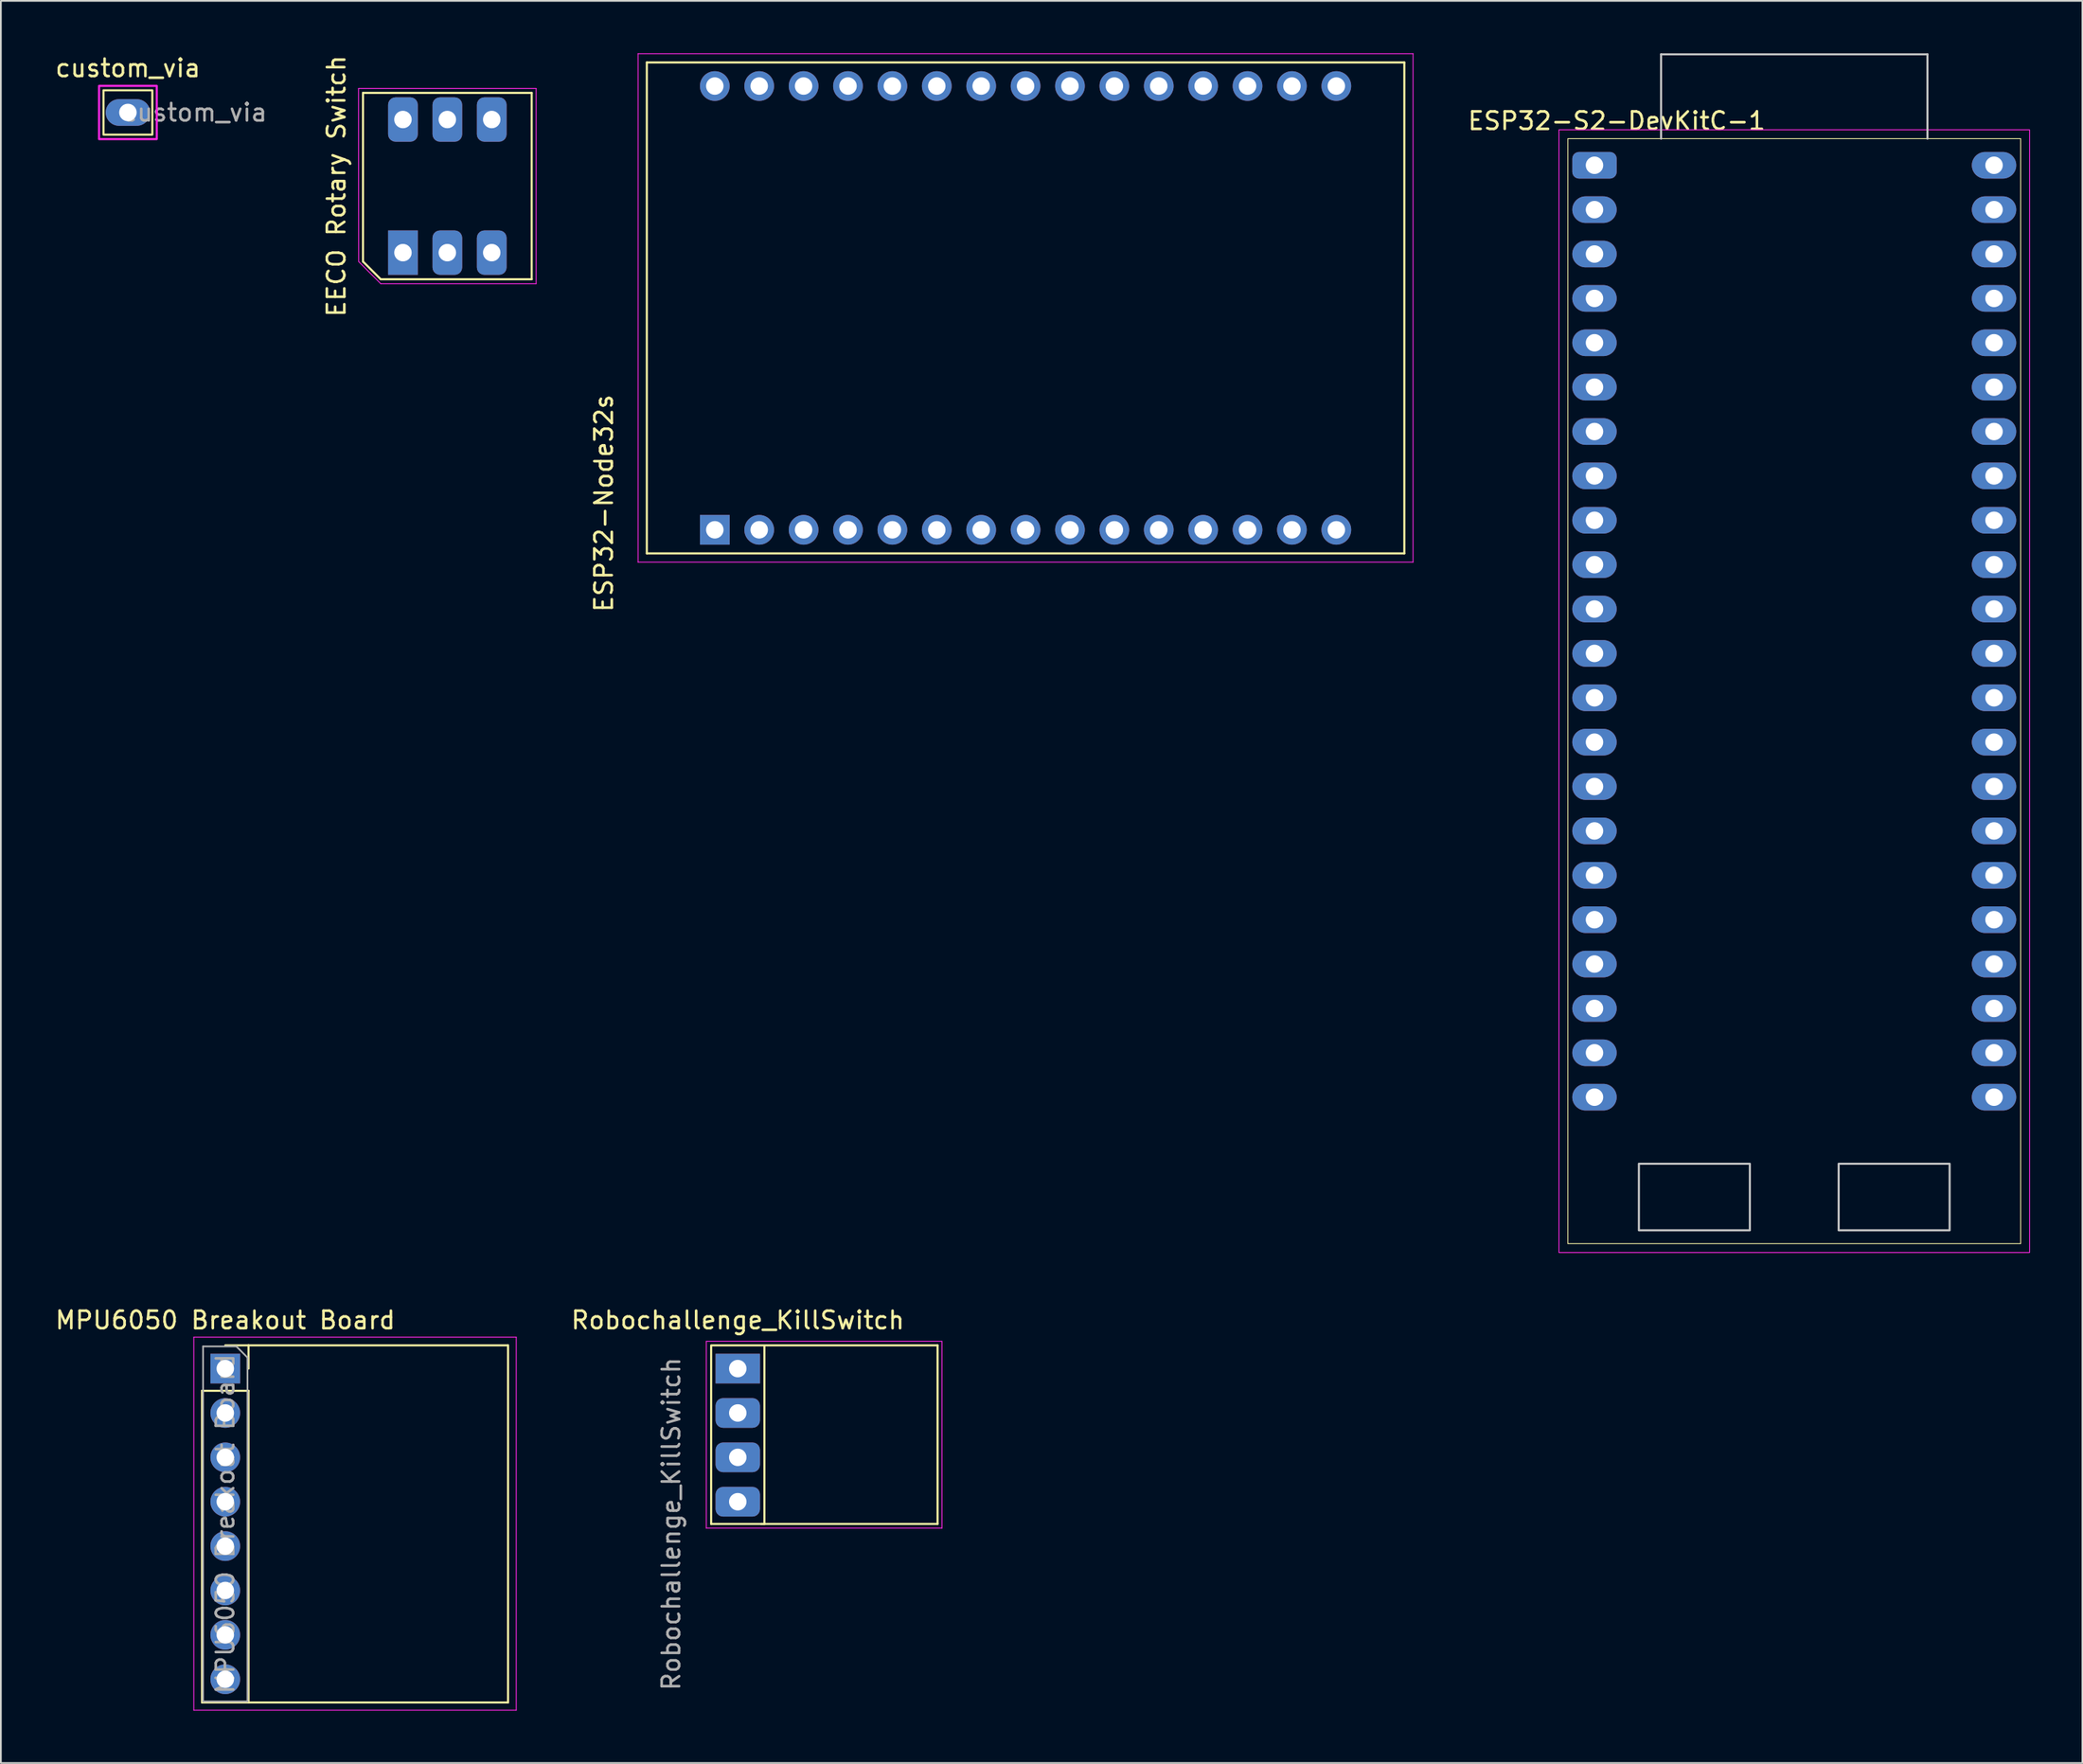
<source format=kicad_pcb>
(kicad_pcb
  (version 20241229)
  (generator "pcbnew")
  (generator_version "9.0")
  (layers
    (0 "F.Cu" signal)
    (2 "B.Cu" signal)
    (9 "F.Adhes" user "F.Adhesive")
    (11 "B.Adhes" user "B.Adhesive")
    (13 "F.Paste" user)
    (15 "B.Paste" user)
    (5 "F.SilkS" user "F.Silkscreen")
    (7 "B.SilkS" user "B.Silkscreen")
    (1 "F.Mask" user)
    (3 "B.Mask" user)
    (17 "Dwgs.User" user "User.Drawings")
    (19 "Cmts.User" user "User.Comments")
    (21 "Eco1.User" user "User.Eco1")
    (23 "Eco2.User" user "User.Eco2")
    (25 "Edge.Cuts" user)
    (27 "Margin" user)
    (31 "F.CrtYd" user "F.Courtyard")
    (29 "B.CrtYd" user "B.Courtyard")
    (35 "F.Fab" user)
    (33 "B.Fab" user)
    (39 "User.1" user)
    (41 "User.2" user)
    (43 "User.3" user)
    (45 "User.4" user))
  (footprint "EECO Rotary Switch"
    (layer "F.Cu")
    (at 20.004 11.411)
    (property "Reference" "EECO Rotary Switch" (at -3.81 -3.81 90) (layer "F.SilkS") (effects (font (size 1 1) (thickness 0.15))))
    (fp_line (start -2.286 -9.144) (end 7.366 -9.144) (stroke (width 0.12) (type solid)) (layer "F.SilkS"))
    (fp_line (start -2.286 0.508) (end -2.286 -9.144) (stroke (width 0.12) (type solid)) (layer "F.SilkS"))
    (fp_line (start -1.27 1.524) (end -2.286 0.508) (stroke (width 0.12) (type solid)) (layer "F.SilkS"))
    (fp_line (start -1.27 1.524) (end 7.366 1.524) (stroke (width 0.12) (type solid)) (layer "F.SilkS"))
    (fp_line (start 7.366 -9.144) (end 7.366 1.524) (stroke (width 0.12) (type solid)) (layer "F.SilkS"))
    (fp_line (start -2.54 -9.398) (end 7.62 -9.398) (stroke (width 0.05) (type solid)) (layer "F.CrtYd"))
    (fp_line (start -2.532 0.515) (end -2.54 -9.398) (stroke (width 0.05) (type solid)) (layer "F.CrtYd"))
    (fp_line (start -1.27 1.778) (end -2.532 0.515) (stroke (width 0.05) (type solid)) (layer "F.CrtYd"))
    (fp_line (start -1.27 1.778) (end 7.62 1.778) (stroke (width 0.05) (type solid)) (layer "F.CrtYd"))
    (fp_line (start 7.62 1.778) (end 7.62 -9.398) (stroke (width 0.05) (type solid)) (layer "F.CrtYd"))
    (pad "1" thru_hole rect (at 0 0) (size 1.7 2.54) (drill 1) (layers "*.Cu" "*.Mask"))
    (pad "2" thru_hole roundrect (at 2.54 0) (size 1.7 2.54) (drill 1) (layers "*.Cu" "*.Mask") (roundrect_rratio 0.25))
    (pad "3" thru_hole roundrect (at 5.08 0) (size 1.7 2.54) (drill 1) (layers "*.Cu" "*.Mask") (roundrect_rratio 0.25))
    (pad "4" thru_hole roundrect (at 5.08 -7.62) (size 1.7 2.54) (drill 1) (layers "*.Cu" "*.Mask") (roundrect_rratio 0.25))
    (pad "5" thru_hole roundrect (at 2.54 -7.62) (size 1.7 2.54) (drill 1) (layers "*.Cu" "*.Mask") (roundrect_rratio 0.25))
    (pad "6" thru_hole roundrect (at 0 -7.62) (size 1.7 2.54) (drill 1) (layers "*.Cu" "*.Mask") (roundrect_rratio 0.25)))
  (footprint "ESP32-S2-DevKitC-1"
    (layer "F.Cu")
    (at 86.907 5.14)
    (property "Reference" "ESP32-S2-DevKitC-1" (at 2.54 -1.27 180) (layer "F.SilkS") (effects (font (size 1 1) (thickness 0.15))))
    (attr through_hole)
    (fp_rect (start -0.254 -0.254) (end 25.654 62.994) (stroke (width 0.05) (type solid)) (fill no) (layer "F.SilkS"))
    (fp_line (start 5.08 -5.08) (end 20.32 -5.08) (stroke (width 0.12) (type solid)) (layer "Dwgs.User"))
    (fp_line (start 5.08 -0.254) (end 5.08 -5.08) (stroke (width 0.12) (type solid)) (layer "Dwgs.User"))
    (fp_line (start 20.32 -5.08) (end 20.32 -0.254) (stroke (width 0.12) (type solid)) (layer "Dwgs.User"))
    (fp_rect (start 3.81 58.42) (end 10.16 62.23) (stroke (width 0.12) (type solid)) (fill no) (layer "Dwgs.User"))
    (fp_rect (start 15.24 58.42) (end 21.59 62.23) (stroke (width 0.12) (type solid)) (fill no) (layer "Dwgs.User"))
    (fp_rect (start -0.762 -0.762) (end 26.162 63.502) (stroke (width 0.05) (type solid)) (fill no) (layer "F.CrtYd"))
    (pad "1" thru_hole roundrect (at 1.27 1.27) (size 2.54 1.524) (drill 1) (layers "*.Cu" "*.Mask") (roundrect_rratio 0.25))
    (pad "2" thru_hole oval (at 1.27 3.81) (size 2.54 1.524) (drill 1) (layers "*.Cu" "*.Mask"))
    (pad "3" thru_hole oval (at 1.27 6.35) (size 2.54 1.524) (drill 1) (layers "*.Cu" "*.Mask"))
    (pad "4" thru_hole oval (at 1.27 8.89) (size 2.54 1.524) (drill 1) (layers "*.Cu" "*.Mask"))
    (pad "5" thru_hole oval (at 1.27 11.43) (size 2.54 1.524) (drill 1) (layers "*.Cu" "*.Mask"))
    (pad "6" thru_hole oval (at 1.27 13.97) (size 2.54 1.524) (drill 1) (layers "*.Cu" "*.Mask"))
    (pad "7" thru_hole oval (at 1.27 16.51) (size 2.54 1.524) (drill 1) (layers "*.Cu" "*.Mask"))
    (pad "8" thru_hole oval (at 1.27 19.05) (size 2.54 1.524) (drill 1) (layers "*.Cu" "*.Mask"))
    (pad "9" thru_hole oval (at 1.27 21.59) (size 2.54 1.524) (drill 1) (layers "*.Cu" "*.Mask"))
    (pad "10" thru_hole oval (at 1.27 24.13) (size 2.54 1.524) (drill 1) (layers "*.Cu" "*.Mask"))
    (pad "11" thru_hole oval (at 1.27 26.67) (size 2.54 1.524) (drill 1) (layers "*.Cu" "*.Mask"))
    (pad "12" thru_hole oval (at 1.27 29.21) (size 2.54 1.524) (drill 1) (layers "*.Cu" "*.Mask"))
    (pad "13" thru_hole oval (at 1.27 31.75) (size 2.54 1.524) (drill 1) (layers "*.Cu" "*.Mask"))
    (pad "14" thru_hole oval (at 1.27 34.29) (size 2.54 1.524) (drill 1) (layers "*.Cu" "*.Mask"))
    (pad "15" thru_hole oval (at 1.27 36.83) (size 2.54 1.524) (drill 1) (layers "*.Cu" "*.Mask"))
    (pad "16" thru_hole oval (at 1.27 39.37) (size 2.54 1.524) (drill 1) (layers "*.Cu" "*.Mask"))
    (pad "17" thru_hole oval (at 1.27 41.91) (size 2.54 1.524) (drill 1) (layers "*.Cu" "*.Mask"))
    (pad "18" thru_hole oval (at 1.27 44.45) (size 2.54 1.524) (drill 1) (layers "*.Cu" "*.Mask"))
    (pad "19" thru_hole oval (at 1.27 46.99) (size 2.54 1.524) (drill 1) (layers "*.Cu" "*.Mask"))
    (pad "20" thru_hole oval (at 1.27 49.53) (size 2.54 1.524) (drill 1) (layers "*.Cu" "*.Mask"))
    (pad "21" thru_hole oval (at 1.27 52.07) (size 2.54 1.524) (drill 1) (layers "*.Cu" "*.Mask"))
    (pad "22" thru_hole oval (at 1.27 54.61) (size 2.54 1.524) (drill 1) (layers "*.Cu" "*.Mask"))
    (pad "23" thru_hole oval (at 24.13 1.27) (size 2.54 1.524) (drill 1) (layers "*.Cu" "*.Mask"))
    (pad "24" thru_hole oval (at 24.13 3.81) (size 2.54 1.524) (drill 1) (layers "*.Cu" "*.Mask"))
    (pad "25" thru_hole oval (at 24.13 6.35) (size 2.54 1.524) (drill 1) (layers "*.Cu" "*.Mask"))
    (pad "26" thru_hole oval (at 24.13 8.89) (size 2.54 1.524) (drill 1) (layers "*.Cu" "*.Mask"))
    (pad "27" thru_hole oval (at 24.13 11.43) (size 2.54 1.524) (drill 1) (layers "*.Cu" "*.Mask"))
    (pad "28" thru_hole oval (at 24.13 13.97) (size 2.54 1.524) (drill 1) (layers "*.Cu" "*.Mask"))
    (pad "29" thru_hole oval (at 24.13 16.51) (size 2.54 1.524) (drill 1) (layers "*.Cu" "*.Mask"))
    (pad "30" thru_hole oval (at 24.13 19.05) (size 2.54 1.524) (drill 1) (layers "*.Cu" "*.Mask"))
    (pad "31" thru_hole oval (at 24.13 21.59) (size 2.54 1.524) (drill 1) (layers "*.Cu" "*.Mask"))
    (pad "32" thru_hole oval (at 24.13 24.13) (size 2.54 1.524) (drill 1) (layers "*.Cu" "*.Mask"))
    (pad "33" thru_hole oval (at 24.13 26.67) (size 2.54 1.524) (drill 1) (layers "*.Cu" "*.Mask"))
    (pad "34" thru_hole oval (at 24.13 29.21) (size 2.54 1.524) (drill 1) (layers "*.Cu" "*.Mask"))
    (pad "35" thru_hole oval (at 24.13 31.75) (size 2.54 1.524) (drill 1) (layers "*.Cu" "*.Mask"))
    (pad "36" thru_hole oval (at 24.13 34.29) (size 2.54 1.524) (drill 1) (layers "*.Cu" "*.Mask"))
    (pad "37" thru_hole oval (at 24.13 36.83) (size 2.54 1.524) (drill 1) (layers "*.Cu" "*.Mask"))
    (pad "38" thru_hole oval (at 24.13 39.37) (size 2.54 1.524) (drill 1) (layers "*.Cu" "*.Mask"))
    (pad "39" thru_hole oval (at 24.13 41.91) (size 2.54 1.524) (drill 1) (layers "*.Cu" "*.Mask"))
    (pad "40" thru_hole oval (at 24.13 44.45) (size 2.54 1.524) (drill 1) (layers "*.Cu" "*.Mask"))
    (pad "41" thru_hole oval (at 24.13 46.99) (size 2.54 1.524) (drill 1) (layers "*.Cu" "*.Mask"))
    (pad "42" thru_hole oval (at 24.13 49.53) (size 2.54 1.524) (drill 1) (layers "*.Cu" "*.Mask"))
    (pad "43" thru_hole oval (at 24.13 52.07) (size 2.54 1.524) (drill 1) (layers "*.Cu" "*.Mask"))
    (pad "44" thru_hole oval (at 24.13 54.61) (size 2.54 1.524) (drill 1) (layers "*.Cu" "*.Mask")))
  (footprint "MPU6050 Breakout Board"
    (layer "F.Cu")
    (at 9.839 75.285)
    (property "Reference" "MPU6050 Breakout Board" (at 0 -2.77 0) (layer "F.SilkS") (effects (font (size 1 1) (thickness 0.15))))
    (attr through_hole)
    (fp_line (start -1.33 1.27) (end -1.33 19.11) (stroke (width 0.12) (type solid)) (layer "F.SilkS"))
    (fp_line (start -1.33 1.27) (end 1.33 1.27) (stroke (width 0.12) (type solid)) (layer "F.SilkS"))
    (fp_line (start -1.33 19.11) (end 1.33 19.11) (stroke (width 0.12) (type solid)) (layer "F.SilkS"))
    (fp_line (start 0 -1.33) (end 1.33 -1.33) (stroke (width 0.12) (type solid)) (layer "F.SilkS"))
    (fp_line (start 1.33 -1.33) (end 1.33 0) (stroke (width 0.12) (type solid)) (layer "F.SilkS"))
    (fp_line (start 1.33 -1.33) (end 16.178 -1.33) (stroke (width 0.12) (type solid)) (layer "F.SilkS"))
    (fp_line (start 1.33 1.27) (end 1.33 19.11) (stroke (width 0.12) (type solid)) (layer "F.SilkS"))
    (fp_line (start 1.33 19.11) (end 16.178 19.11) (stroke (width 0.12) (type solid)) (layer "F.SilkS"))
    (fp_line (start 16.178 -1.33) (end 16.178 19.11) (stroke (width 0.12) (type solid)) (layer "F.SilkS"))
    (fp_line (start -1.8 -1.8) (end 16.648 -1.8) (stroke (width 0.05) (type solid)) (layer "F.CrtYd"))
    (fp_line (start -1.8 19.55) (end -1.8 -1.8) (stroke (width 0.05) (type solid)) (layer "F.CrtYd"))
    (fp_line (start 16.648 -1.8) (end 16.648 19.55) (stroke (width 0.05) (type solid)) (layer "F.CrtYd"))
    (fp_line (start 16.648 19.55) (end -1.8 19.55) (stroke (width 0.05) (type solid)) (layer "F.CrtYd"))
    (fp_line (start -1.27 -1.27) (end 0.635 -1.27) (stroke (width 0.1) (type solid)) (layer "F.Fab"))
    (fp_line (start -1.27 19.05) (end -1.27 -1.27) (stroke (width 0.1) (type solid)) (layer "F.Fab"))
    (fp_line (start 0.635 -1.27) (end 1.27 -0.635) (stroke (width 0.1) (type solid)) (layer "F.Fab"))
    (fp_line (start 1.27 -0.635) (end 1.27 19.05) (stroke (width 0.1) (type solid)) (layer "F.Fab"))
    (fp_line (start 1.27 19.05) (end -1.27 19.05) (stroke (width 0.1) (type solid)) (layer "F.Fab"))
    (fp_text user "${REFERENCE}" (at 0 8.89 90) (layer "F.Fab") (effects (font (size 1 1) (thickness 0.15))))
    (pad "1" thru_hole rect (at 0 0) (size 1.7 1.7) (drill 1) (layers "*.Cu" "*.Mask"))
    (pad "2" thru_hole oval (at 0 2.54) (size 1.7 1.7) (drill 1) (layers "*.Cu" "*.Mask"))
    (pad "3" thru_hole oval (at 0 5.08) (size 1.7 1.7) (drill 1) (layers "*.Cu" "*.Mask"))
    (pad "4" thru_hole oval (at 0 7.62) (size 1.7 1.7) (drill 1) (layers "*.Cu" "*.Mask"))
    (pad "5" thru_hole oval (at 0 10.16) (size 1.7 1.7) (drill 1) (layers "*.Cu" "*.Mask"))
    (pad "6" thru_hole oval (at 0 12.7) (size 1.7 1.7) (drill 1) (layers "*.Cu" "*.Mask"))
    (pad "7" thru_hole oval (at 0 15.24) (size 1.7 1.7) (drill 1) (layers "*.Cu" "*.Mask"))
    (pad "8" thru_hole oval (at 0 17.78) (size 1.7 1.7) (drill 1) (layers "*.Cu" "*.Mask")))
  (footprint "Robochallenge_KillSwitch"
    (layer "F.Cu")
    (at 39.161 75.285)
    (property "Reference" "Robochallenge_KillSwitch" (at 0 -2.77 0) (layer "F.SilkS") (effects (font (size 1 1) (thickness 0.15))))
    (attr through_hole)
    (fp_line (start -1.524 -1.33) (end 11.43 -1.33) (stroke (width 0.12) (type solid)) (layer "F.SilkS"))
    (fp_line (start -1.524 -1.27) (end -1.524 8.89) (stroke (width 0.12) (type solid)) (layer "F.SilkS"))
    (fp_line (start -1.524 8.89) (end 1.524 8.89) (stroke (width 0.12) (type solid)) (layer "F.SilkS"))
    (fp_line (start 1.33 8.89) (end 11.43 8.89) (stroke (width 0.12) (type solid)) (layer "F.SilkS"))
    (fp_line (start 1.524 -1.27) (end 1.524 8.89) (stroke (width 0.12) (type solid)) (layer "F.SilkS"))
    (fp_line (start 11.43 -1.33) (end 11.43 8.89) (stroke (width 0.12) (type solid)) (layer "F.SilkS"))
    (fp_line (start -1.8 -1.561) (end 11.684 -1.561) (stroke (width 0.05) (type solid)) (layer "F.CrtYd"))
    (fp_line (start -1.8 9.129) (end -1.8 -1.561) (stroke (width 0.05) (type solid)) (layer "F.CrtYd"))
    (fp_line (start 11.684 -1.561) (end 11.684 9.129) (stroke (width 0.05) (type solid)) (layer "F.CrtYd"))
    (fp_line (start 11.684 9.129) (end -1.8 9.129) (stroke (width 0.05) (type solid)) (layer "F.CrtYd"))
    (fp_text user "${REFERENCE}" (at -3.81 8.89 90) (layer "F.Fab") (effects (font (size 1 1) (thickness 0.15))))
    (pad "1" thru_hole rect (at 0 0) (size 2.54 1.7) (drill 1) (layers "*.Cu" "*.Mask"))
    (pad "2" thru_hole roundrect (at 0 2.54) (size 2.54 1.7) (drill 1) (layers "*.Cu" "*.Mask") (roundrect_rratio 0.25))
    (pad "3" thru_hole roundrect (at 0 5.08) (size 2.54 1.7) (drill 1) (layers "*.Cu" "*.Mask") (roundrect_rratio 0.25))
    (pad "4" thru_hole roundrect (at 0 7.62) (size 2.54 1.7) (drill 1) (layers "*.Cu" "*.Mask") (roundrect_rratio 0.25)))
  (footprint "custom_via"
    (layer "F.Cu")
    (at 2.998 2.118)
    (property "Reference" "custom_via" (at 1.27 -1.27 0) (unlocked yes) (layer "F.SilkS") (effects (font (size 1 1) (thickness 0.15))))
    (attr through_hole)
    (fp_rect (start -0.127 0) (end 2.667 2.54) (stroke (width 0.12) (type solid)) (fill no) (layer "F.SilkS"))
    (fp_rect (start -0.381 -0.254) (end 2.921 2.794) (stroke (width 0.12) (type solid)) (fill no) (layer "F.CrtYd"))
    (fp_text user "${REFERENCE}" (at 5.08 1.27 0) (unlocked yes) (layer "F.Fab") (effects (font (size 1 1) (thickness 0.15))))
    (pad "1" thru_hole oval (at 1.27 1.27 90) (size 1.524 2.54) (drill 1) (layers "*.Cu" "*.Mask")))
  (footprint "ESP32-Node32s"
    (layer "F.Cu")
    (at 55.627 14.575)
    (property "Reference" "ESP32-Node32s" (at -24.13 11.176 90) (layer "F.SilkS") (effects (font (size 1 1) (thickness 0.15))))
    (fp_line (start -21.67 -14.05) (end -21.67 14.05) (stroke (width 0.12) (type solid)) (layer "F.SilkS"))
    (fp_line (start -21.67 14.05) (end 21.67 14.05) (stroke (width 0.12) (type solid)) (layer "F.SilkS"))
    (fp_line (start 21.67 -14.05) (end -21.67 -14.05) (stroke (width 0.12) (type solid)) (layer "F.SilkS"))
    (fp_line (start 21.67 14.05) (end 21.67 -14.05) (stroke (width 0.12) (type solid)) (layer "F.SilkS"))
    (fp_line (start -22.17 -14.55) (end -22.17 14.55) (stroke (width 0.05) (type solid)) (layer "F.CrtYd"))
    (fp_line (start -22.17 14.55) (end 22.17 14.55) (stroke (width 0.05) (type solid)) (layer "F.CrtYd"))
    (fp_line (start 22.17 -14.55) (end -22.17 -14.55) (stroke (width 0.05) (type solid)) (layer "F.CrtYd"))
    (fp_line (start 22.17 -14.55) (end 22.17 14.55) (stroke (width 0.05) (type solid)) (layer "F.CrtYd"))
    (pad "1" thru_hole rect (at -17.78 12.7) (size 1.7 1.7) (drill 1) (layers "*.Cu" "*.Mask"))
    (pad "2" thru_hole circle (at -15.24 12.7) (size 1.7 1.7) (drill 1) (layers "*.Cu" "*.Mask"))
    (pad "3" thru_hole circle (at -12.7 12.7) (size 1.7 1.7) (drill 1) (layers "*.Cu" "*.Mask"))
    (pad "4" thru_hole circle (at -10.16 12.7) (size 1.7 1.7) (drill 1) (layers "*.Cu" "*.Mask"))
    (pad "5" thru_hole circle (at -7.62 12.7) (size 1.7 1.7) (drill 1) (layers "*.Cu" "*.Mask"))
    (pad "6" thru_hole circle (at -5.08 12.7) (size 1.7 1.7) (drill 1) (layers "*.Cu" "*.Mask"))
    (pad "7" thru_hole circle (at -2.54 12.7) (size 1.7 1.7) (drill 1) (layers "*.Cu" "*.Mask"))
    (pad "8" thru_hole circle (at 0 12.7) (size 1.7 1.7) (drill 1) (layers "*.Cu" "*.Mask"))
    (pad "9" thru_hole circle (at 2.54 12.7) (size 1.7 1.7) (drill 1) (layers "*.Cu" "*.Mask"))
    (pad "10" thru_hole circle (at 5.08 12.7) (size 1.7 1.7) (drill 1) (layers "*.Cu" "*.Mask"))
    (pad "11" thru_hole circle (at 7.62 12.7) (size 1.7 1.7) (drill 1) (layers "*.Cu" "*.Mask"))
    (pad "12" thru_hole circle (at 10.16 12.7) (size 1.7 1.7) (drill 1) (layers "*.Cu" "*.Mask"))
    (pad "13" thru_hole circle (at 12.7 12.7) (size 1.7 1.7) (drill 1) (layers "*.Cu" "*.Mask"))
    (pad "14" thru_hole circle (at 15.24 12.7) (size 1.7 1.7) (drill 1) (layers "*.Cu" "*.Mask"))
    (pad "15" thru_hole circle (at 17.78 12.7) (size 1.7 1.7) (drill 1) (layers "*.Cu" "*.Mask"))
    (pad "16" thru_hole circle (at 17.78 -12.7) (size 1.7 1.7) (drill 1) (layers "*.Cu" "*.Mask"))
    (pad "17" thru_hole circle (at 15.24 -12.7) (size 1.7 1.7) (drill 1) (layers "*.Cu" "*.Mask"))
    (pad "18" thru_hole circle (at 12.7 -12.7) (size 1.7 1.7) (drill 1) (layers "*.Cu" "*.Mask"))
    (pad "19" thru_hole circle (at 10.16 -12.7) (size 1.7 1.7) (drill 1) (layers "*.Cu" "*.Mask"))
    (pad "20" thru_hole circle (at 7.62 -12.7) (size 1.7 1.7) (drill 1) (layers "*.Cu" "*.Mask"))
    (pad "21" thru_hole circle (at 5.08 -12.7) (size 1.7 1.7) (drill 1) (layers "*.Cu" "*.Mask"))
    (pad "22" thru_hole circle (at 2.54 -12.7) (size 1.7 1.7) (drill 1) (layers "*.Cu" "*.Mask"))
    (pad "23" thru_hole circle (at 0 -12.7) (size 1.7 1.7) (drill 1) (layers "*.Cu" "*.Mask"))
    (pad "24" thru_hole circle (at -2.54 -12.7) (size 1.7 1.7) (drill 1) (layers "*.Cu" "*.Mask"))
    (pad "25" thru_hole circle (at -5.08 -12.7) (size 1.7 1.7) (drill 1) (layers "*.Cu" "*.Mask"))
    (pad "26" thru_hole circle (at -7.62 -12.7) (size 1.7 1.7) (drill 1) (layers "*.Cu" "*.Mask"))
    (pad "27" thru_hole circle (at -10.16 -12.7) (size 1.7 1.7) (drill 1) (layers "*.Cu" "*.Mask"))
    (pad "28" thru_hole circle (at -12.7 -12.7) (size 1.7 1.7) (drill 1) (layers "*.Cu" "*.Mask"))
    (pad "29" thru_hole circle (at -15.24 -12.7) (size 1.7 1.7) (drill 1) (layers "*.Cu" "*.Mask"))
    (pad "30" thru_hole circle (at -17.78 -12.7) (size 1.7 1.7) (drill 1) (layers "*.Cu" "*.Mask")))
  (gr_rect
    (start -3 -3)
    (end 116.094 97.86)
    (stroke (width 0.1) (type default))
    (fill no)
    (layer "Edge.Cuts")))
</source>
